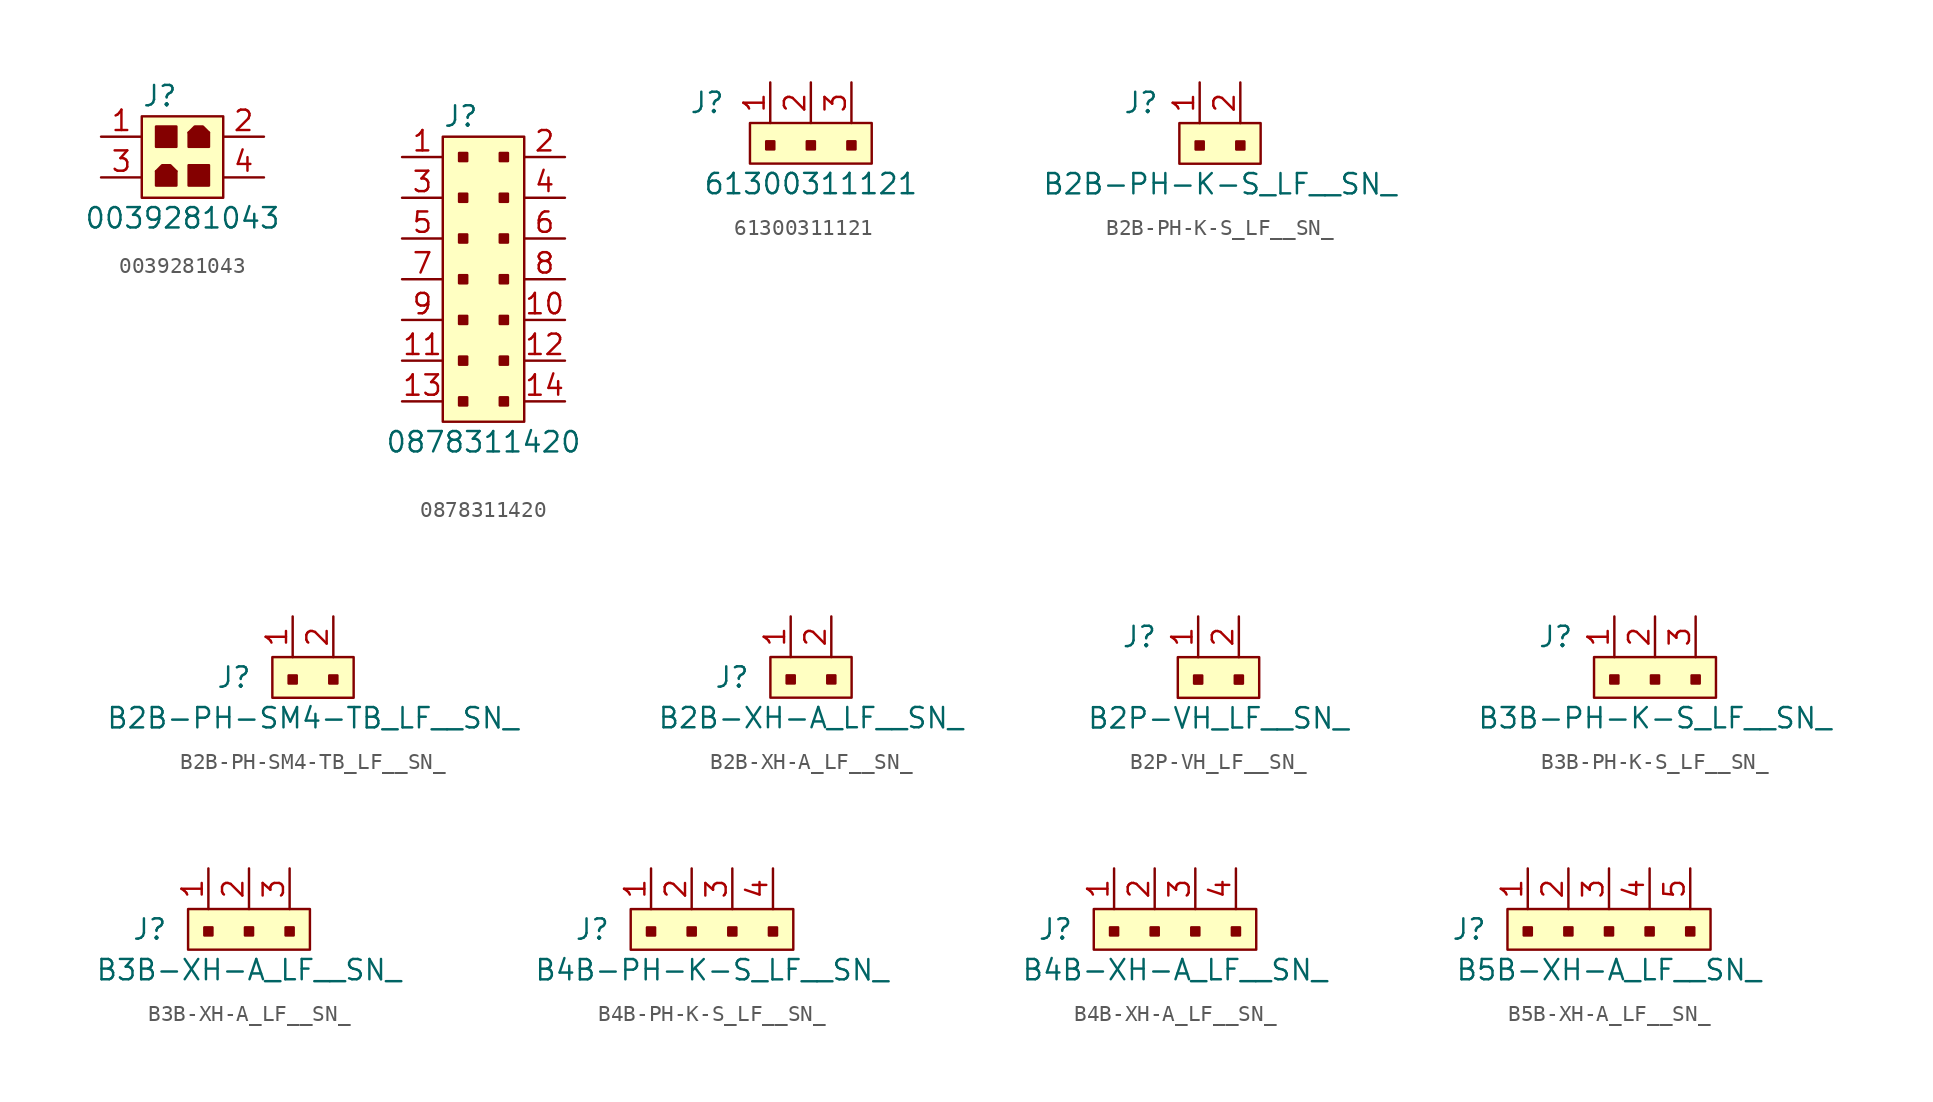
<source format=kicad_sym>
(kicad_symbol_lib
  (version 20201005)
  (generator kicad_symbol_editor)
  (symbol "0039281043"
    (pin_names
      (offset 1.016))
    (property "Reference" "J"
      (at -2.54 5.08 0)
      (effects (font (size 1.27 1.27)) (justify left)))
    (property "Value" "0039281043"
      (at 0 -2.54 0)
      (effects (font (size 1.27 1.27))))
    (symbol "0039281043_0_1"
      (polyline (pts (xy -0.381 0.381) (xy -0.762 0.762) (xy -1.27 0.762) (xy -1.651 0.381)) (stroke (width 0)) (fill (type outline)))
      (polyline (pts (xy 0.381 2.794) (xy 0.762 3.175) (xy 1.27 3.175) (xy 1.651 2.794)) (stroke (width 0)) (fill (type outline))))
    (symbol "0039281043_1_1"
      (rectangle (start -2.54 3.81) (end 2.54 -1.27) (stroke (width 0)) (fill (type background)))
      (rectangle (start -1.651 3.175) (end -0.381 1.905) (stroke (width 0)) (fill (type outline)))
      (rectangle (start -0.381 0.381) (end -1.651 -0.508) (stroke (width 0)) (fill (type outline)))
      (rectangle (start 0.381 2.794) (end 1.651 1.905) (stroke (width 0)) (fill (type outline)))
      (rectangle (start 1.651 0.762) (end 0.381 -0.508) (stroke (width 0)) (fill (type outline)))
      (pin passive line (at -5.08 2.54 0) (length 2.54) (name "~" (effects (font (size 1.27 1.27)))) (number "1" (effects (font (size 1.27 1.27)))))
      (pin passive line (at 5.08 2.54 180) (length 2.54) (name "~" (effects (font (size 1.27 1.27)))) (number "2" (effects (font (size 1.27 1.27)))))
      (pin passive line (at -5.08 0 0) (length 2.54) (name "~" (effects (font (size 1.27 1.27)))) (number "3" (effects (font (size 1.27 1.27)))))
      (pin passive line (at 5.08 0 180) (length 2.54) (name "~" (effects (font (size 1.27 1.27)))) (number "4" (effects (font (size 1.27 1.27)))))))
  (symbol "0878311420"
    (pin_names
      (offset 1.016))
    (property "Reference" "J"
      (at -2.54 10.16 0)
      (effects (font (size 1.27 1.27)) (justify left)))
    (property "Value" "0878311420"
      (at 0 -10.16 0)
      (effects (font (size 1.27 1.27))))
    (symbol "0878311420_1_1"
      (rectangle (start -2.54 8.89) (end 2.54 -8.89) (stroke (width 0)) (fill (type background)))
      (rectangle (start -1.524 -7.366) (end -1.016 -7.874) (stroke (width 0)) (fill (type outline)))
      (rectangle (start -1.524 -4.826) (end -1.016 -5.334) (stroke (width 0)) (fill (type outline)))
      (rectangle (start -1.524 -2.286) (end -1.016 -2.794) (stroke (width 0)) (fill (type outline)))
      (rectangle (start -1.524 0.254) (end -1.016 -0.254) (stroke (width 0)) (fill (type outline)))
      (rectangle (start -1.524 2.794) (end -1.016 2.286) (stroke (width 0)) (fill (type outline)))
      (rectangle (start -1.524 5.334) (end -1.016 4.826) (stroke (width 0)) (fill (type outline)))
      (rectangle (start -1.524 7.874) (end -1.016 7.366) (stroke (width 0)) (fill (type outline)))
      (rectangle (start 1.016 -7.366) (end 1.524 -7.874) (stroke (width 0)) (fill (type outline)))
      (rectangle (start 1.016 -4.826) (end 1.524 -5.334) (stroke (width 0)) (fill (type outline)))
      (rectangle (start 1.016 -2.286) (end 1.524 -2.794) (stroke (width 0)) (fill (type outline)))
      (rectangle (start 1.016 0.254) (end 1.524 -0.254) (stroke (width 0)) (fill (type outline)))
      (rectangle (start 1.016 2.794) (end 1.524 2.286) (stroke (width 0)) (fill (type outline)))
      (rectangle (start 1.016 5.334) (end 1.524 4.826) (stroke (width 0)) (fill (type outline)))
      (rectangle (start 1.016 7.874) (end 1.524 7.366) (stroke (width 0)) (fill (type outline)))
      (pin passive line (at -5.08 7.62 0) (length 2.54) (name "~" (effects (font (size 1.27 1.27)))) (number "1" (effects (font (size 1.27 1.27)))))
      (pin passive line (at 5.08 -2.54 180) (length 2.54) (name "~" (effects (font (size 1.27 1.27)))) (number "10" (effects (font (size 1.27 1.27)))))
      (pin passive line (at -5.08 -5.08 0) (length 2.54) (name "~" (effects (font (size 1.27 1.27)))) (number "11" (effects (font (size 1.27 1.27)))))
      (pin passive line (at 5.08 -5.08 180) (length 2.54) (name "~" (effects (font (size 1.27 1.27)))) (number "12" (effects (font (size 1.27 1.27)))))
      (pin passive line (at -5.08 -7.62 0) (length 2.54) (name "~" (effects (font (size 1.27 1.27)))) (number "13" (effects (font (size 1.27 1.27)))))
      (pin passive line (at 5.08 -7.62 180) (length 2.54) (name "~" (effects (font (size 1.27 1.27)))) (number "14" (effects (font (size 1.27 1.27)))))
      (pin passive line (at 5.08 7.62 180) (length 2.54) (name "~" (effects (font (size 1.27 1.27)))) (number "2" (effects (font (size 1.27 1.27)))))
      (pin passive line (at -5.08 5.08 0) (length 2.54) (name "~" (effects (font (size 1.27 1.27)))) (number "3" (effects (font (size 1.27 1.27)))))
      (pin passive line (at 5.08 5.08 180) (length 2.54) (name "~" (effects (font (size 1.27 1.27)))) (number "4" (effects (font (size 1.27 1.27)))))
      (pin passive line (at -5.08 2.54 0) (length 2.54) (name "~" (effects (font (size 1.27 1.27)))) (number "5" (effects (font (size 1.27 1.27)))))
      (pin passive line (at 5.08 2.54 180) (length 2.54) (name "~" (effects (font (size 1.27 1.27)))) (number "6" (effects (font (size 1.27 1.27)))))
      (pin passive line (at -5.08 0 0) (length 2.54) (name "~" (effects (font (size 1.27 1.27)))) (number "7" (effects (font (size 1.27 1.27)))))
      (pin passive line (at 5.08 0 180) (length 2.54) (name "~" (effects (font (size 1.27 1.27)))) (number "8" (effects (font (size 1.27 1.27)))))
      (pin passive line (at -5.08 -2.54 0) (length 2.54) (name "~" (effects (font (size 1.27 1.27)))) (number "9" (effects (font (size 1.27 1.27)))))))
  (symbol "61300311121"
    (pin_names
      (offset 1.016))
    (property "Reference" "J"
      (at -5.08 2.54 0)
      (effects (font (size 1.27 1.27)) (justify left)))
    (property "Value" "61300311121"
      (at 2.54 -2.54 0)
      (effects (font (size 1.27 1.27))))
    (symbol "61300311121_1_1"
      (rectangle (start -1.27 1.27) (end 6.35 -1.27) (stroke (width 0)) (fill (type background)))
      (rectangle (start -0.254 0.127) (end 0.254 -0.381) (stroke (width 0)) (fill (type outline)))
      (rectangle (start 2.286 0.127) (end 2.794 -0.381) (stroke (width 0)) (fill (type outline)))
      (rectangle (start 4.826 0.127) (end 5.334 -0.381) (stroke (width 0)) (fill (type outline)))
      (pin passive line (at 0 3.81 270) (length 2.54) (name "~" (effects (font (size 1.27 1.27)))) (number "1" (effects (font (size 1.27 1.27)))))
      (pin passive line (at 2.54 3.81 270) (length 2.54) (name "~" (effects (font (size 1.27 1.27)))) (number "2" (effects (font (size 1.27 1.27)))))
      (pin passive line (at 5.08 3.81 270) (length 2.54) (name "~" (effects (font (size 1.27 1.27)))) (number "3" (effects (font (size 1.27 1.27)))))))
  (symbol "B2B-PH-K-S_LF__SN_"
    (pin_names
      (offset 1.016))
    (property "Reference" "J"
      (at -2.54 1.27 0)
      (effects (font (size 1.27 1.27)) (justify right)))
    (property "Value" "B2B-PH-K-S_LF__SN_"
      (at 1.27 -3.81 0)
      (effects (font (size 1.27 1.27))))
    (symbol "B2B-PH-K-S_LF__SN__1_1"
      (rectangle (start -1.27 0) (end 3.81 -2.54) (stroke (width 0)) (fill (type background)))
      (rectangle (start -0.254 -1.143) (end 0.254 -1.651) (stroke (width 0)) (fill (type outline)))
      (rectangle (start 2.286 -1.143) (end 2.794 -1.651) (stroke (width 0)) (fill (type outline)))
      (pin passive line (at 0 2.54 270) (length 2.54) (name "~" (effects (font (size 1.27 1.27)))) (number "1" (effects (font (size 1.27 1.27)))))
      (pin passive line (at 2.54 2.54 270) (length 2.54) (name "~" (effects (font (size 1.27 1.27)))) (number "2" (effects (font (size 1.27 1.27)))))))
  (symbol "B2B-PH-SM4-TB_LF__SN_"
    (pin_names
      (offset 1.016))
    (property "Reference" "J"
      (at -2.54 -1.27 0)
      (effects (font (size 1.27 1.27)) (justify right)))
    (property "Value" "B2B-PH-SM4-TB_LF__SN_"
      (at 1.27 -3.81 0)
      (effects (font (size 1.27 1.27))))
    (symbol "B2B-PH-SM4-TB_LF__SN__1_1"
      (rectangle (start -1.27 0) (end 3.81 -2.54) (stroke (width 0)) (fill (type background)))
      (rectangle (start -0.254 -1.143) (end 0.254 -1.651) (stroke (width 0)) (fill (type outline)))
      (rectangle (start 2.286 -1.143) (end 2.794 -1.651) (stroke (width 0)) (fill (type outline)))
      (pin passive line (at 0 2.54 270) (length 2.54) (name "~" (effects (font (size 1.27 1.27)))) (number "1" (effects (font (size 1.27 1.27)))))
      (pin passive line (at 2.54 2.54 270) (length 2.54) (name "~" (effects (font (size 1.27 1.27)))) (number "2" (effects (font (size 1.27 1.27)))))))
  (symbol "B2B-XH-A_LF__SN_"
    (pin_names
      (offset 1.016))
    (property "Reference" "J"
      (at -2.54 -1.27 0)
      (effects (font (size 1.27 1.27)) (justify right)))
    (property "Value" "B2B-XH-A_LF__SN_"
      (at 1.27 -3.81 0)
      (effects (font (size 1.27 1.27))))
    (symbol "B2B-XH-A_LF__SN__1_1"
      (rectangle (start -1.27 0) (end 3.81 -2.54) (stroke (width 0)) (fill (type background)))
      (rectangle (start -0.254 -1.143) (end 0.254 -1.651) (stroke (width 0)) (fill (type outline)))
      (rectangle (start 2.286 -1.143) (end 2.794 -1.651) (stroke (width 0)) (fill (type outline)))
      (pin passive line (at 0 2.54 270) (length 2.54) (name "~" (effects (font (size 1.27 1.27)))) (number "1" (effects (font (size 1.27 1.27)))))
      (pin passive line (at 2.54 2.54 270) (length 2.54) (name "~" (effects (font (size 1.27 1.27)))) (number "2" (effects (font (size 1.27 1.27)))))))
  (symbol "B2P-VH_LF__SN_"
    (pin_names
      (offset 1.016))
    (property "Reference" "J"
      (at -2.54 1.27 0)
      (effects (font (size 1.27 1.27)) (justify right)))
    (property "Value" "B2P-VH_LF__SN_"
      (at 1.27 -3.81 0)
      (effects (font (size 1.27 1.27))))
    (symbol "B2P-VH_LF__SN__0_1"
      (rectangle (start -1.27 0) (end 3.81 -2.54) (stroke (width 0)) (fill (type background)))
      (rectangle (start -0.254 -1.143) (end 0.254 -1.651) (stroke (width 0)) (fill (type outline)))
      (rectangle (start 2.286 -1.143) (end 2.794 -1.651) (stroke (width 0)) (fill (type outline))))
    (symbol "B2P-VH_LF__SN__1_1"
      (pin passive line (at 0 2.54 270) (length 2.54) (name "~" (effects (font (size 1.27 1.27)))) (number "1" (effects (font (size 1.27 1.27)))))
      (pin passive line (at 2.54 2.54 270) (length 2.54) (name "~" (effects (font (size 1.27 1.27)))) (number "2" (effects (font (size 1.27 1.27)))))))
  (symbol "B3B-PH-K-S_LF__SN_"
    (pin_names
      (offset 1.016))
    (property "Reference" "J"
      (at -2.54 2.54 0)
      (effects (font (size 1.27 1.27)) (justify right)))
    (property "Value" "B3B-PH-K-S_LF__SN_"
      (at 2.54 -2.54 0)
      (effects (font (size 1.27 1.27))))
    (symbol "B3B-PH-K-S_LF__SN__1_1"
      (rectangle (start -1.27 1.27) (end 6.35 -1.27) (stroke (width 0)) (fill (type background)))
      (rectangle (start -0.254 0.127) (end 0.254 -0.381) (stroke (width 0)) (fill (type outline)))
      (rectangle (start 2.286 0.127) (end 2.794 -0.381) (stroke (width 0)) (fill (type outline)))
      (rectangle (start 4.826 0.127) (end 5.334 -0.381) (stroke (width 0)) (fill (type outline)))
      (pin passive line (at 0 3.81 270) (length 2.54) (name "~" (effects (font (size 1.27 1.27)))) (number "1" (effects (font (size 1.27 1.27)))))
      (pin passive line (at 2.54 3.81 270) (length 2.54) (name "~" (effects (font (size 1.27 1.27)))) (number "2" (effects (font (size 1.27 1.27)))))
      (pin passive line (at 5.08 3.81 270) (length 2.54) (name "~" (effects (font (size 1.27 1.27)))) (number "3" (effects (font (size 1.27 1.27)))))))
  (symbol "B3B-XH-A_LF__SN_"
    (pin_names
      (offset 1.016) hide)
    (property "Reference" "J"
      (at -2.54 -1.27 0)
      (effects (font (size 1.27 1.27)) (justify right)))
    (property "Value" "B3B-XH-A_LF__SN_"
      (at 2.54 -3.81 0)
      (effects (font (size 1.27 1.27))))
    (symbol "B3B-XH-A_LF__SN__1_1"
      (rectangle (start -1.27 0) (end 6.35 -2.54) (stroke (width 0)) (fill (type background)))
      (rectangle (start -0.254 -1.143) (end 0.254 -1.651) (stroke (width 0)) (fill (type outline)))
      (rectangle (start 2.286 -1.143) (end 2.794 -1.651) (stroke (width 0)) (fill (type outline)))
      (rectangle (start 4.826 -1.143) (end 5.334 -1.651) (stroke (width 0)) (fill (type outline)))
      (pin passive line (at 0 2.54 270) (length 2.54) (name "~" (effects (font (size 1.27 1.27)))) (number "1" (effects (font (size 1.27 1.27)))))
      (pin passive line (at 2.54 2.54 270) (length 2.54) (name "~" (effects (font (size 1.27 1.27)))) (number "2" (effects (font (size 1.27 1.27)))))
      (pin passive line (at 5.08 2.54 270) (length 2.54) (name "~" (effects (font (size 1.27 1.27)))) (number "3" (effects (font (size 1.27 1.27)))))))
  (symbol "B4B-PH-K-S_LF__SN_"
    (pin_names
      (offset 1.016))
    (property "Reference" "J"
      (at -2.54 -1.27 0)
      (effects (font (size 1.27 1.27)) (justify right)))
    (property "Value" "B4B-PH-K-S_LF__SN_"
      (at 3.81 -3.81 0)
      (effects (font (size 1.27 1.27))))
    (symbol "B4B-PH-K-S_LF__SN__1_1"
      (rectangle (start -1.27 0) (end 8.89 -2.54) (stroke (width 0)) (fill (type background)))
      (rectangle (start -0.254 -1.143) (end 0.254 -1.651) (stroke (width 0)) (fill (type outline)))
      (rectangle (start 2.286 -1.143) (end 2.794 -1.651) (stroke (width 0)) (fill (type outline)))
      (rectangle (start 4.826 -1.143) (end 5.334 -1.651) (stroke (width 0)) (fill (type outline)))
      (rectangle (start 7.366 -1.143) (end 7.874 -1.651) (stroke (width 0)) (fill (type outline)))
      (pin passive line (at 0 2.54 270) (length 2.54) (name "~" (effects (font (size 1.27 1.27)))) (number "1" (effects (font (size 1.27 1.27)))))
      (pin passive line (at 2.54 2.54 270) (length 2.54) (name "~" (effects (font (size 1.27 1.27)))) (number "2" (effects (font (size 1.27 1.27)))))
      (pin passive line (at 5.08 2.54 270) (length 2.54) (name "~" (effects (font (size 1.27 1.27)))) (number "3" (effects (font (size 1.27 1.27)))))
      (pin passive line (at 7.62 2.54 270) (length 2.54) (name "~" (effects (font (size 1.27 1.27)))) (number "4" (effects (font (size 1.27 1.27)))))))
  (symbol "B4B-XH-A_LF__SN_"
    (pin_names
      (offset 1.016))
    (property "Reference" "J"
      (at -2.54 -1.27 0)
      (effects (font (size 1.27 1.27)) (justify right)))
    (property "Value" "B4B-XH-A_LF__SN_"
      (at 3.81 -3.81 0)
      (effects (font (size 1.27 1.27))))
    (symbol "B4B-XH-A_LF__SN__1_1"
      (rectangle (start -1.27 0) (end 8.89 -2.54) (stroke (width 0)) (fill (type background)))
      (rectangle (start -0.254 -1.143) (end 0.254 -1.651) (stroke (width 0)) (fill (type outline)))
      (rectangle (start 2.286 -1.143) (end 2.794 -1.651) (stroke (width 0)) (fill (type outline)))
      (rectangle (start 4.826 -1.143) (end 5.334 -1.651) (stroke (width 0)) (fill (type outline)))
      (rectangle (start 7.366 -1.143) (end 7.874 -1.651) (stroke (width 0)) (fill (type outline)))
      (pin passive line (at 0 2.54 270) (length 2.54) (name "~" (effects (font (size 1.27 1.27)))) (number "1" (effects (font (size 1.27 1.27)))))
      (pin passive line (at 2.54 2.54 270) (length 2.54) (name "~" (effects (font (size 1.27 1.27)))) (number "2" (effects (font (size 1.27 1.27)))))
      (pin passive line (at 5.08 2.54 270) (length 2.54) (name "~" (effects (font (size 1.27 1.27)))) (number "3" (effects (font (size 1.27 1.27)))))
      (pin passive line (at 7.62 2.54 270) (length 2.54) (name "~" (effects (font (size 1.27 1.27)))) (number "4" (effects (font (size 1.27 1.27)))))))
  (symbol "B5B-XH-A_LF__SN_"
    (pin_names
      (offset 1.016))
    (property "Reference" "J"
      (at -2.54 -1.27 0)
      (effects (font (size 1.27 1.27)) (justify right)))
    (property "Value" "B5B-XH-A_LF__SN_"
      (at 5.08 -3.81 0)
      (effects (font (size 1.27 1.27))))
    (symbol "B5B-XH-A_LF__SN__1_1"
      (rectangle (start -1.27 0) (end 11.43 -2.54) (stroke (width 0)) (fill (type background)))
      (rectangle (start -0.254 -1.143) (end 0.254 -1.651) (stroke (width 0)) (fill (type outline)))
      (rectangle (start 2.286 -1.143) (end 2.794 -1.651) (stroke (width 0)) (fill (type outline)))
      (rectangle (start 4.826 -1.143) (end 5.334 -1.651) (stroke (width 0)) (fill (type outline)))
      (rectangle (start 7.366 -1.143) (end 7.874 -1.651) (stroke (width 0)) (fill (type outline)))
      (rectangle (start 9.906 -1.143) (end 10.414 -1.651) (stroke (width 0)) (fill (type outline)))
      (pin passive line (at 0 2.54 270) (length 2.54) (name "~" (effects (font (size 1.27 1.27)))) (number "1" (effects (font (size 1.27 1.27)))))
      (pin passive line (at 2.54 2.54 270) (length 2.54) (name "~" (effects (font (size 1.27 1.27)))) (number "2" (effects (font (size 1.27 1.27)))))
      (pin passive line (at 5.08 2.54 270) (length 2.54) (name "~" (effects (font (size 1.27 1.27)))) (number "3" (effects (font (size 1.27 1.27)))))
      (pin passive line (at 7.62 2.54 270) (length 2.54) (name "~" (effects (font (size 1.27 1.27)))) (number "4" (effects (font (size 1.27 1.27)))))
      (pin passive line (at 10.16 2.54 270) (length 2.54) (name "~" (effects (font (size 1.27 1.27)))) (number "5" (effects (font (size 1.27 1.27))))))))
</source>
